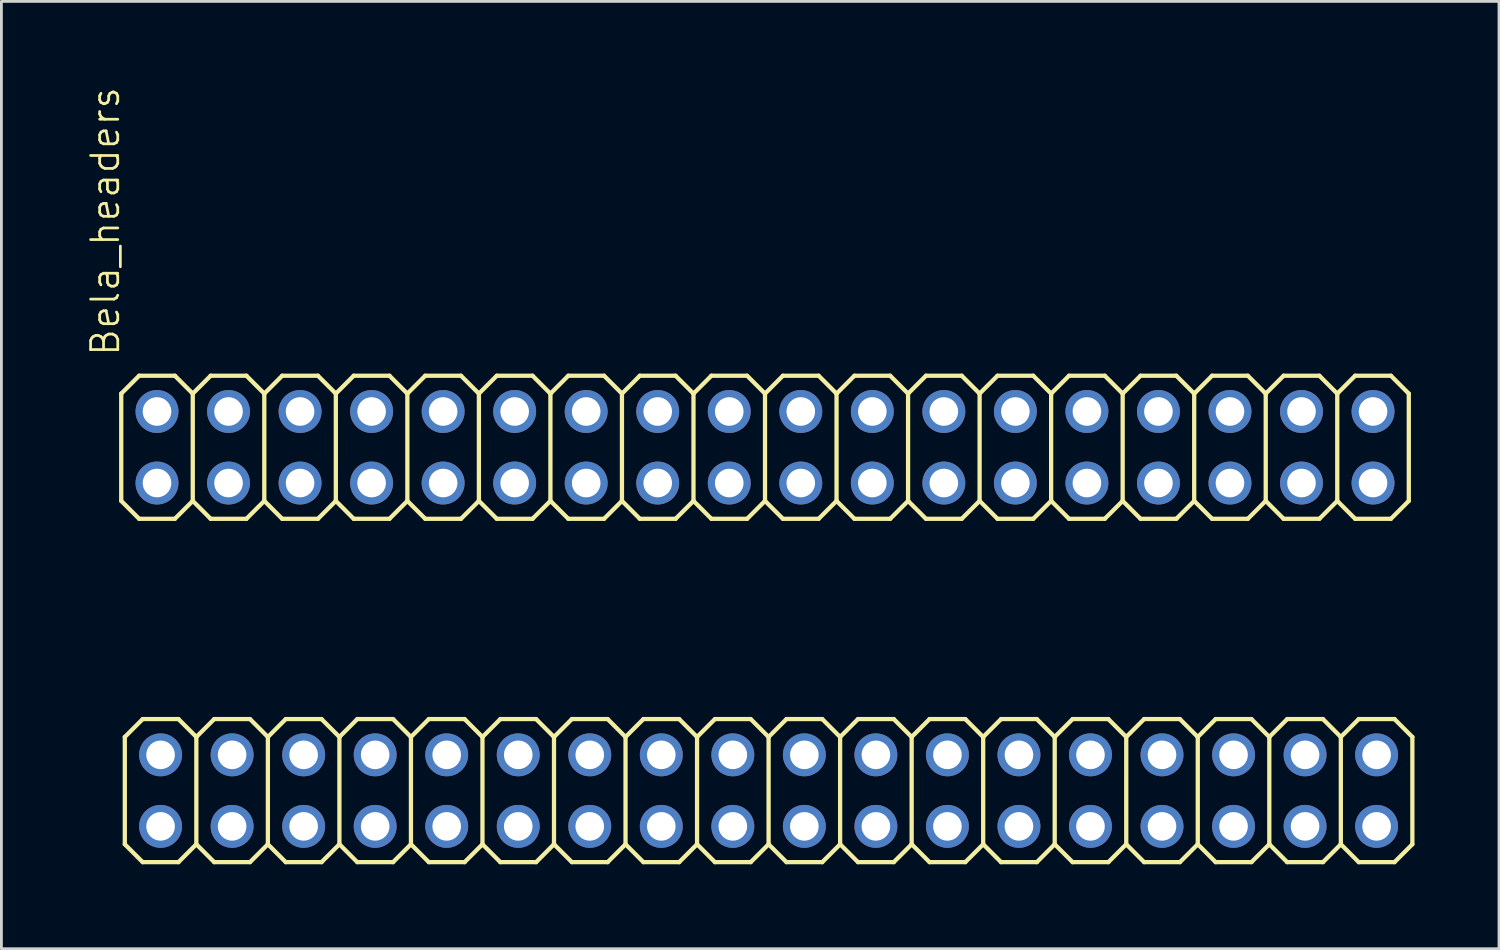
<source format=kicad_pcb>
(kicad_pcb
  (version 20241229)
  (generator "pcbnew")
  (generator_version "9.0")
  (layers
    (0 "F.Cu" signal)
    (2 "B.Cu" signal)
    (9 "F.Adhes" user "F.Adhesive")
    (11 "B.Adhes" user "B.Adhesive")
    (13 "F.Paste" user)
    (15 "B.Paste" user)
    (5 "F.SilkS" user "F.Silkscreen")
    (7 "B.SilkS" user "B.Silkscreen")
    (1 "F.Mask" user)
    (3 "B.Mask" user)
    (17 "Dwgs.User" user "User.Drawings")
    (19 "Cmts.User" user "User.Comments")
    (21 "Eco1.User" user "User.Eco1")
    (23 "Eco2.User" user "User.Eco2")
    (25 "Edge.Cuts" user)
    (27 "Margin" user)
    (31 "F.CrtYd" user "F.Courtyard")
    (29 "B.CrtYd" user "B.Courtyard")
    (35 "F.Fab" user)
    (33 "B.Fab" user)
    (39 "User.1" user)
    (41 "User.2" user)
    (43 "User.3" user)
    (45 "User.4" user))
  (footprint "Bela_headers"
    (layer "F.Cu")
    (at 24.115 12.832)
    (property "Reference" "Bela_headers" (at -22.86 -3.175 90) (layer "F.SilkS") (effects (font (size 0.965 0.965) (thickness 0.097)) (justify left bottom)))
    (attr through_hole)
    (fp_line (start -22.86 -1.905) (end -22.225 -2.54) (stroke (width 0.152) (type solid)) (layer "F.SilkS"))
    (fp_line (start -22.86 1.905) (end -22.86 -1.905) (stroke (width 0.152) (type solid)) (layer "F.SilkS"))
    (fp_line (start -22.86 1.905) (end -22.225 2.54) (stroke (width 0.152) (type solid)) (layer "F.SilkS"))
    (fp_line (start -22.733 10.287) (end -22.098 9.652) (stroke (width 0.152) (type solid)) (layer "F.SilkS"))
    (fp_line (start -22.733 14.097) (end -22.733 10.287) (stroke (width 0.152) (type solid)) (layer "F.SilkS"))
    (fp_line (start -22.733 14.097) (end -22.098 14.732) (stroke (width 0.152) (type solid)) (layer "F.SilkS"))
    (fp_line (start -22.225 -2.54) (end -20.955 -2.54) (stroke (width 0.152) (type solid)) (layer "F.SilkS"))
    (fp_line (start -22.225 2.54) (end -20.955 2.54) (stroke (width 0.152) (type solid)) (layer "F.SilkS"))
    (fp_line (start -22.098 9.652) (end -20.828 9.652) (stroke (width 0.152) (type solid)) (layer "F.SilkS"))
    (fp_line (start -22.098 14.732) (end -20.828 14.732) (stroke (width 0.152) (type solid)) (layer "F.SilkS"))
    (fp_line (start -20.955 -2.54) (end -20.32 -1.905) (stroke (width 0.152) (type solid)) (layer "F.SilkS"))
    (fp_line (start -20.955 2.54) (end -20.32 1.905) (stroke (width 0.152) (type solid)) (layer "F.SilkS"))
    (fp_line (start -20.828 9.652) (end -20.193 10.287) (stroke (width 0.152) (type solid)) (layer "F.SilkS"))
    (fp_line (start -20.828 14.732) (end -20.193 14.097) (stroke (width 0.152) (type solid)) (layer "F.SilkS"))
    (fp_line (start -20.32 -1.905) (end -20.32 1.905) (stroke (width 0.152) (type solid)) (layer "F.SilkS"))
    (fp_line (start -20.32 -1.905) (end -19.685 -2.54) (stroke (width 0.152) (type solid)) (layer "F.SilkS"))
    (fp_line (start -20.32 1.905) (end -19.685 2.54) (stroke (width 0.152) (type solid)) (layer "F.SilkS"))
    (fp_line (start -20.193 10.287) (end -20.193 14.097) (stroke (width 0.152) (type solid)) (layer "F.SilkS"))
    (fp_line (start -20.193 10.287) (end -19.558 9.652) (stroke (width 0.152) (type solid)) (layer "F.SilkS"))
    (fp_line (start -20.193 14.097) (end -19.558 14.732) (stroke (width 0.152) (type solid)) (layer "F.SilkS"))
    (fp_line (start -19.685 -2.54) (end -18.415 -2.54) (stroke (width 0.152) (type solid)) (layer "F.SilkS"))
    (fp_line (start -19.685 2.54) (end -18.415 2.54) (stroke (width 0.152) (type solid)) (layer "F.SilkS"))
    (fp_line (start -19.558 9.652) (end -18.288 9.652) (stroke (width 0.152) (type solid)) (layer "F.SilkS"))
    (fp_line (start -19.558 14.732) (end -18.288 14.732) (stroke (width 0.152) (type solid)) (layer "F.SilkS"))
    (fp_line (start -18.415 -2.54) (end -17.78 -1.905) (stroke (width 0.152) (type solid)) (layer "F.SilkS"))
    (fp_line (start -18.415 2.54) (end -17.78 1.905) (stroke (width 0.152) (type solid)) (layer "F.SilkS"))
    (fp_line (start -18.288 9.652) (end -17.653 10.287) (stroke (width 0.152) (type solid)) (layer "F.SilkS"))
    (fp_line (start -18.288 14.732) (end -17.653 14.097) (stroke (width 0.152) (type solid)) (layer "F.SilkS"))
    (fp_line (start -17.78 -1.905) (end -17.78 1.905) (stroke (width 0.152) (type solid)) (layer "F.SilkS"))
    (fp_line (start -17.78 -1.905) (end -17.145 -2.54) (stroke (width 0.152) (type solid)) (layer "F.SilkS"))
    (fp_line (start -17.78 1.905) (end -17.145 2.54) (stroke (width 0.152) (type solid)) (layer "F.SilkS"))
    (fp_line (start -17.653 10.287) (end -17.653 14.097) (stroke (width 0.152) (type solid)) (layer "F.SilkS"))
    (fp_line (start -17.653 10.287) (end -17.018 9.652) (stroke (width 0.152) (type solid)) (layer "F.SilkS"))
    (fp_line (start -17.653 14.097) (end -17.018 14.732) (stroke (width 0.152) (type solid)) (layer "F.SilkS"))
    (fp_line (start -17.145 -2.54) (end -15.875 -2.54) (stroke (width 0.152) (type solid)) (layer "F.SilkS"))
    (fp_line (start -17.145 2.54) (end -15.875 2.54) (stroke (width 0.152) (type solid)) (layer "F.SilkS"))
    (fp_line (start -17.018 9.652) (end -15.748 9.652) (stroke (width 0.152) (type solid)) (layer "F.SilkS"))
    (fp_line (start -17.018 14.732) (end -15.748 14.732) (stroke (width 0.152) (type solid)) (layer "F.SilkS"))
    (fp_line (start -15.875 -2.54) (end -15.24 -1.905) (stroke (width 0.152) (type solid)) (layer "F.SilkS"))
    (fp_line (start -15.875 2.54) (end -15.24 1.905) (stroke (width 0.152) (type solid)) (layer "F.SilkS"))
    (fp_line (start -15.748 9.652) (end -15.113 10.287) (stroke (width 0.152) (type solid)) (layer "F.SilkS"))
    (fp_line (start -15.748 14.732) (end -15.113 14.097) (stroke (width 0.152) (type solid)) (layer "F.SilkS"))
    (fp_line (start -15.24 -1.905) (end -15.24 1.905) (stroke (width 0.152) (type solid)) (layer "F.SilkS"))
    (fp_line (start -15.24 -1.905) (end -14.605 -2.54) (stroke (width 0.152) (type solid)) (layer "F.SilkS"))
    (fp_line (start -15.24 1.905) (end -14.605 2.54) (stroke (width 0.152) (type solid)) (layer "F.SilkS"))
    (fp_line (start -15.113 10.287) (end -15.113 14.097) (stroke (width 0.152) (type solid)) (layer "F.SilkS"))
    (fp_line (start -15.113 10.287) (end -14.478 9.652) (stroke (width 0.152) (type solid)) (layer "F.SilkS"))
    (fp_line (start -15.113 14.097) (end -14.478 14.732) (stroke (width 0.152) (type solid)) (layer "F.SilkS"))
    (fp_line (start -14.605 -2.54) (end -13.335 -2.54) (stroke (width 0.152) (type solid)) (layer "F.SilkS"))
    (fp_line (start -14.605 2.54) (end -13.335 2.54) (stroke (width 0.152) (type solid)) (layer "F.SilkS"))
    (fp_line (start -14.478 9.652) (end -13.208 9.652) (stroke (width 0.152) (type solid)) (layer "F.SilkS"))
    (fp_line (start -14.478 14.732) (end -13.208 14.732) (stroke (width 0.152) (type solid)) (layer "F.SilkS"))
    (fp_line (start -13.335 -2.54) (end -12.7 -1.905) (stroke (width 0.152) (type solid)) (layer "F.SilkS"))
    (fp_line (start -13.335 2.54) (end -12.7 1.905) (stroke (width 0.152) (type solid)) (layer "F.SilkS"))
    (fp_line (start -13.208 9.652) (end -12.573 10.287) (stroke (width 0.152) (type solid)) (layer "F.SilkS"))
    (fp_line (start -13.208 14.732) (end -12.573 14.097) (stroke (width 0.152) (type solid)) (layer "F.SilkS"))
    (fp_line (start -12.7 -1.905) (end -12.7 1.905) (stroke (width 0.152) (type solid)) (layer "F.SilkS"))
    (fp_line (start -12.7 -1.905) (end -12.065 -2.54) (stroke (width 0.152) (type solid)) (layer "F.SilkS"))
    (fp_line (start -12.7 1.905) (end -12.065 2.54) (stroke (width 0.152) (type solid)) (layer "F.SilkS"))
    (fp_line (start -12.573 10.287) (end -12.573 14.097) (stroke (width 0.152) (type solid)) (layer "F.SilkS"))
    (fp_line (start -12.573 10.287) (end -11.938 9.652) (stroke (width 0.152) (type solid)) (layer "F.SilkS"))
    (fp_line (start -12.573 14.097) (end -11.938 14.732) (stroke (width 0.152) (type solid)) (layer "F.SilkS"))
    (fp_line (start -12.065 -2.54) (end -10.795 -2.54) (stroke (width 0.152) (type solid)) (layer "F.SilkS"))
    (fp_line (start -12.065 2.54) (end -10.795 2.54) (stroke (width 0.152) (type solid)) (layer "F.SilkS"))
    (fp_line (start -11.938 9.652) (end -10.668 9.652) (stroke (width 0.152) (type solid)) (layer "F.SilkS"))
    (fp_line (start -11.938 14.732) (end -10.668 14.732) (stroke (width 0.152) (type solid)) (layer "F.SilkS"))
    (fp_line (start -10.795 -2.54) (end -10.16 -1.905) (stroke (width 0.152) (type solid)) (layer "F.SilkS"))
    (fp_line (start -10.795 2.54) (end -10.16 1.905) (stroke (width 0.152) (type solid)) (layer "F.SilkS"))
    (fp_line (start -10.668 9.652) (end -10.033 10.287) (stroke (width 0.152) (type solid)) (layer "F.SilkS"))
    (fp_line (start -10.668 14.732) (end -10.033 14.097) (stroke (width 0.152) (type solid)) (layer "F.SilkS"))
    (fp_line (start -10.16 -1.905) (end -10.16 1.905) (stroke (width 0.152) (type solid)) (layer "F.SilkS"))
    (fp_line (start -10.16 -1.905) (end -9.525 -2.54) (stroke (width 0.152) (type solid)) (layer "F.SilkS"))
    (fp_line (start -10.16 1.905) (end -9.525 2.54) (stroke (width 0.152) (type solid)) (layer "F.SilkS"))
    (fp_line (start -10.033 10.287) (end -10.033 14.097) (stroke (width 0.152) (type solid)) (layer "F.SilkS"))
    (fp_line (start -10.033 10.287) (end -9.398 9.652) (stroke (width 0.152) (type solid)) (layer "F.SilkS"))
    (fp_line (start -10.033 14.097) (end -9.398 14.732) (stroke (width 0.152) (type solid)) (layer "F.SilkS"))
    (fp_line (start -9.525 -2.54) (end -8.255 -2.54) (stroke (width 0.152) (type solid)) (layer "F.SilkS"))
    (fp_line (start -9.525 2.54) (end -8.255 2.54) (stroke (width 0.152) (type solid)) (layer "F.SilkS"))
    (fp_line (start -9.398 9.652) (end -8.128 9.652) (stroke (width 0.152) (type solid)) (layer "F.SilkS"))
    (fp_line (start -9.398 14.732) (end -8.128 14.732) (stroke (width 0.152) (type solid)) (layer "F.SilkS"))
    (fp_line (start -8.255 -2.54) (end -7.62 -1.905) (stroke (width 0.152) (type solid)) (layer "F.SilkS"))
    (fp_line (start -8.255 2.54) (end -7.62 1.905) (stroke (width 0.152) (type solid)) (layer "F.SilkS"))
    (fp_line (start -8.128 9.652) (end -7.493 10.287) (stroke (width 0.152) (type solid)) (layer "F.SilkS"))
    (fp_line (start -8.128 14.732) (end -7.493 14.097) (stroke (width 0.152) (type solid)) (layer "F.SilkS"))
    (fp_line (start -7.62 -1.905) (end -7.62 1.905) (stroke (width 0.152) (type solid)) (layer "F.SilkS"))
    (fp_line (start -7.62 -1.905) (end -6.985 -2.54) (stroke (width 0.152) (type solid)) (layer "F.SilkS"))
    (fp_line (start -7.62 1.905) (end -6.985 2.54) (stroke (width 0.152) (type solid)) (layer "F.SilkS"))
    (fp_line (start -7.493 10.287) (end -7.493 14.097) (stroke (width 0.152) (type solid)) (layer "F.SilkS"))
    (fp_line (start -7.493 10.287) (end -6.858 9.652) (stroke (width 0.152) (type solid)) (layer "F.SilkS"))
    (fp_line (start -7.493 14.097) (end -6.858 14.732) (stroke (width 0.152) (type solid)) (layer "F.SilkS"))
    (fp_line (start -6.985 -2.54) (end -5.715 -2.54) (stroke (width 0.152) (type solid)) (layer "F.SilkS"))
    (fp_line (start -6.858 9.652) (end -5.588 9.652) (stroke (width 0.152) (type solid)) (layer "F.SilkS"))
    (fp_line (start -5.715 -2.54) (end -5.08 -1.905) (stroke (width 0.152) (type solid)) (layer "F.SilkS"))
    (fp_line (start -5.715 2.54) (end -6.985 2.54) (stroke (width 0.152) (type solid)) (layer "F.SilkS"))
    (fp_line (start -5.588 9.652) (end -4.953 10.287) (stroke (width 0.152) (type solid)) (layer "F.SilkS"))
    (fp_line (start -5.588 14.732) (end -6.858 14.732) (stroke (width 0.152) (type solid)) (layer "F.SilkS"))
    (fp_line (start -5.08 -1.905) (end -5.08 1.905) (stroke (width 0.152) (type solid)) (layer "F.SilkS"))
    (fp_line (start -5.08 -1.905) (end -4.445 -2.54) (stroke (width 0.152) (type solid)) (layer "F.SilkS"))
    (fp_line (start -5.08 1.905) (end -5.715 2.54) (stroke (width 0.152) (type solid)) (layer "F.SilkS"))
    (fp_line (start -5.08 1.905) (end -4.445 2.54) (stroke (width 0.152) (type solid)) (layer "F.SilkS"))
    (fp_line (start -4.953 10.287) (end -4.953 14.097) (stroke (width 0.152) (type solid)) (layer "F.SilkS"))
    (fp_line (start -4.953 10.287) (end -4.318 9.652) (stroke (width 0.152) (type solid)) (layer "F.SilkS"))
    (fp_line (start -4.953 14.097) (end -5.588 14.732) (stroke (width 0.152) (type solid)) (layer "F.SilkS"))
    (fp_line (start -4.953 14.097) (end -4.318 14.732) (stroke (width 0.152) (type solid)) (layer "F.SilkS"))
    (fp_line (start -4.445 -2.54) (end -3.175 -2.54) (stroke (width 0.152) (type solid)) (layer "F.SilkS"))
    (fp_line (start -4.318 9.652) (end -3.048 9.652) (stroke (width 0.152) (type solid)) (layer "F.SilkS"))
    (fp_line (start -3.175 -2.54) (end -2.54 -1.905) (stroke (width 0.152) (type solid)) (layer "F.SilkS"))
    (fp_line (start -3.175 2.54) (end -4.445 2.54) (stroke (width 0.152) (type solid)) (layer "F.SilkS"))
    (fp_line (start -3.048 9.652) (end -2.413 10.287) (stroke (width 0.152) (type solid)) (layer "F.SilkS"))
    (fp_line (start -3.048 14.732) (end -4.318 14.732) (stroke (width 0.152) (type solid)) (layer "F.SilkS"))
    (fp_line (start -2.54 -1.905) (end -2.54 1.905) (stroke (width 0.152) (type solid)) (layer "F.SilkS"))
    (fp_line (start -2.54 -1.905) (end -1.905 -2.54) (stroke (width 0.152) (type solid)) (layer "F.SilkS"))
    (fp_line (start -2.54 1.905) (end -3.175 2.54) (stroke (width 0.152) (type solid)) (layer "F.SilkS"))
    (fp_line (start -2.54 1.905) (end -1.905 2.54) (stroke (width 0.152) (type solid)) (layer "F.SilkS"))
    (fp_line (start -2.413 10.287) (end -2.413 14.097) (stroke (width 0.152) (type solid)) (layer "F.SilkS"))
    (fp_line (start -2.413 10.287) (end -1.778 9.652) (stroke (width 0.152) (type solid)) (layer "F.SilkS"))
    (fp_line (start -2.413 14.097) (end -3.048 14.732) (stroke (width 0.152) (type solid)) (layer "F.SilkS"))
    (fp_line (start -2.413 14.097) (end -1.778 14.732) (stroke (width 0.152) (type solid)) (layer "F.SilkS"))
    (fp_line (start -1.905 -2.54) (end -0.635 -2.54) (stroke (width 0.152) (type solid)) (layer "F.SilkS"))
    (fp_line (start -1.778 9.652) (end -0.508 9.652) (stroke (width 0.152) (type solid)) (layer "F.SilkS"))
    (fp_line (start -0.635 -2.54) (end 0 -1.905) (stroke (width 0.152) (type solid)) (layer "F.SilkS"))
    (fp_line (start -0.635 2.54) (end -1.905 2.54) (stroke (width 0.152) (type solid)) (layer "F.SilkS"))
    (fp_line (start -0.508 9.652) (end 0.127 10.287) (stroke (width 0.152) (type solid)) (layer "F.SilkS"))
    (fp_line (start -0.508 14.732) (end -1.778 14.732) (stroke (width 0.152) (type solid)) (layer "F.SilkS"))
    (fp_line (start 0 -1.905) (end 0 1.905) (stroke (width 0.152) (type solid)) (layer "F.SilkS"))
    (fp_line (start 0 -1.905) (end 0.635 -2.54) (stroke (width 0.152) (type solid)) (layer "F.SilkS"))
    (fp_line (start 0 1.905) (end -0.635 2.54) (stroke (width 0.152) (type solid)) (layer "F.SilkS"))
    (fp_line (start 0 1.905) (end 0.635 2.54) (stroke (width 0.152) (type solid)) (layer "F.SilkS"))
    (fp_line (start 0.127 10.287) (end 0.127 14.097) (stroke (width 0.152) (type solid)) (layer "F.SilkS"))
    (fp_line (start 0.127 10.287) (end 0.762 9.652) (stroke (width 0.152) (type solid)) (layer "F.SilkS"))
    (fp_line (start 0.127 14.097) (end -0.508 14.732) (stroke (width 0.152) (type solid)) (layer "F.SilkS"))
    (fp_line (start 0.127 14.097) (end 0.762 14.732) (stroke (width 0.152) (type solid)) (layer "F.SilkS"))
    (fp_line (start 0.635 -2.54) (end 1.905 -2.54) (stroke (width 0.152) (type solid)) (layer "F.SilkS"))
    (fp_line (start 0.762 9.652) (end 2.032 9.652) (stroke (width 0.152) (type solid)) (layer "F.SilkS"))
    (fp_line (start 1.905 -2.54) (end 2.54 -1.905) (stroke (width 0.152) (type solid)) (layer "F.SilkS"))
    (fp_line (start 1.905 2.54) (end 0.635 2.54) (stroke (width 0.152) (type solid)) (layer "F.SilkS"))
    (fp_line (start 2.032 9.652) (end 2.667 10.287) (stroke (width 0.152) (type solid)) (layer "F.SilkS"))
    (fp_line (start 2.032 14.732) (end 0.762 14.732) (stroke (width 0.152) (type solid)) (layer "F.SilkS"))
    (fp_line (start 2.54 -1.905) (end 2.54 1.905) (stroke (width 0.152) (type solid)) (layer "F.SilkS"))
    (fp_line (start 2.54 -1.905) (end 3.175 -2.54) (stroke (width 0.152) (type solid)) (layer "F.SilkS"))
    (fp_line (start 2.54 1.905) (end 1.905 2.54) (stroke (width 0.152) (type solid)) (layer "F.SilkS"))
    (fp_line (start 2.54 1.905) (end 3.175 2.54) (stroke (width 0.152) (type solid)) (layer "F.SilkS"))
    (fp_line (start 2.667 10.287) (end 2.667 14.097) (stroke (width 0.152) (type solid)) (layer "F.SilkS"))
    (fp_line (start 2.667 10.287) (end 3.302 9.652) (stroke (width 0.152) (type solid)) (layer "F.SilkS"))
    (fp_line (start 2.667 14.097) (end 2.032 14.732) (stroke (width 0.152) (type solid)) (layer "F.SilkS"))
    (fp_line (start 2.667 14.097) (end 3.302 14.732) (stroke (width 0.152) (type solid)) (layer "F.SilkS"))
    (fp_line (start 3.175 -2.54) (end 4.445 -2.54) (stroke (width 0.152) (type solid)) (layer "F.SilkS"))
    (fp_line (start 3.302 9.652) (end 4.572 9.652) (stroke (width 0.152) (type solid)) (layer "F.SilkS"))
    (fp_line (start 4.445 -2.54) (end 5.08 -1.905) (stroke (width 0.152) (type solid)) (layer "F.SilkS"))
    (fp_line (start 4.445 2.54) (end 3.175 2.54) (stroke (width 0.152) (type solid)) (layer "F.SilkS"))
    (fp_line (start 4.572 9.652) (end 5.207 10.287) (stroke (width 0.152) (type solid)) (layer "F.SilkS"))
    (fp_line (start 4.572 14.732) (end 3.302 14.732) (stroke (width 0.152) (type solid)) (layer "F.SilkS"))
    (fp_line (start 5.08 -1.905) (end 5.08 1.905) (stroke (width 0.152) (type solid)) (layer "F.SilkS"))
    (fp_line (start 5.08 -1.905) (end 5.715 -2.54) (stroke (width 0.152) (type solid)) (layer "F.SilkS"))
    (fp_line (start 5.08 1.905) (end 4.445 2.54) (stroke (width 0.152) (type solid)) (layer "F.SilkS"))
    (fp_line (start 5.08 1.905) (end 5.715 2.54) (stroke (width 0.152) (type solid)) (layer "F.SilkS"))
    (fp_line (start 5.207 10.287) (end 5.207 14.097) (stroke (width 0.152) (type solid)) (layer "F.SilkS"))
    (fp_line (start 5.207 10.287) (end 5.842 9.652) (stroke (width 0.152) (type solid)) (layer "F.SilkS"))
    (fp_line (start 5.207 14.097) (end 4.572 14.732) (stroke (width 0.152) (type solid)) (layer "F.SilkS"))
    (fp_line (start 5.207 14.097) (end 5.842 14.732) (stroke (width 0.152) (type solid)) (layer "F.SilkS"))
    (fp_line (start 5.715 -2.54) (end 6.985 -2.54) (stroke (width 0.152) (type solid)) (layer "F.SilkS"))
    (fp_line (start 5.842 9.652) (end 7.112 9.652) (stroke (width 0.152) (type solid)) (layer "F.SilkS"))
    (fp_line (start 6.985 2.54) (end 5.715 2.54) (stroke (width 0.152) (type solid)) (layer "F.SilkS"))
    (fp_line (start 7.112 14.732) (end 5.842 14.732) (stroke (width 0.152) (type solid)) (layer "F.SilkS"))
    (fp_line (start 7.62 -1.905) (end 6.985 -2.54) (stroke (width 0.152) (type solid)) (layer "F.SilkS"))
    (fp_line (start 7.62 -1.905) (end 7.62 1.905) (stroke (width 0.152) (type solid)) (layer "F.SilkS"))
    (fp_line (start 7.62 -1.905) (end 8.255 -2.54) (stroke (width 0.152) (type solid)) (layer "F.SilkS"))
    (fp_line (start 7.62 1.905) (end 6.985 2.54) (stroke (width 0.152) (type solid)) (layer "F.SilkS"))
    (fp_line (start 7.62 1.905) (end 8.255 2.54) (stroke (width 0.152) (type solid)) (layer "F.SilkS"))
    (fp_line (start 7.747 10.287) (end 7.112 9.652) (stroke (width 0.152) (type solid)) (layer "F.SilkS"))
    (fp_line (start 7.747 10.287) (end 7.747 14.097) (stroke (width 0.152) (type solid)) (layer "F.SilkS"))
    (fp_line (start 7.747 10.287) (end 8.382 9.652) (stroke (width 0.152) (type solid)) (layer "F.SilkS"))
    (fp_line (start 7.747 14.097) (end 7.112 14.732) (stroke (width 0.152) (type solid)) (layer "F.SilkS"))
    (fp_line (start 7.747 14.097) (end 8.382 14.732) (stroke (width 0.152) (type solid)) (layer "F.SilkS"))
    (fp_line (start 9.525 -2.54) (end 8.255 -2.54) (stroke (width 0.152) (type solid)) (layer "F.SilkS"))
    (fp_line (start 9.525 -2.54) (end 10.16 -1.905) (stroke (width 0.152) (type solid)) (layer "F.SilkS"))
    (fp_line (start 9.525 2.54) (end 8.255 2.54) (stroke (width 0.152) (type solid)) (layer "F.SilkS"))
    (fp_line (start 9.652 9.652) (end 8.382 9.652) (stroke (width 0.152) (type solid)) (layer "F.SilkS"))
    (fp_line (start 9.652 9.652) (end 10.287 10.287) (stroke (width 0.152) (type solid)) (layer "F.SilkS"))
    (fp_line (start 9.652 14.732) (end 8.382 14.732) (stroke (width 0.152) (type solid)) (layer "F.SilkS"))
    (fp_line (start 10.16 -1.905) (end 10.16 1.905) (stroke (width 0.152) (type solid)) (layer "F.SilkS"))
    (fp_line (start 10.16 -1.905) (end 10.795 -2.54) (stroke (width 0.152) (type solid)) (layer "F.SilkS"))
    (fp_line (start 10.16 1.905) (end 9.525 2.54) (stroke (width 0.152) (type solid)) (layer "F.SilkS"))
    (fp_line (start 10.16 1.905) (end 10.795 2.54) (stroke (width 0.152) (type solid)) (layer "F.SilkS"))
    (fp_line (start 10.287 10.287) (end 10.287 14.097) (stroke (width 0.152) (type solid)) (layer "F.SilkS"))
    (fp_line (start 10.287 10.287) (end 10.922 9.652) (stroke (width 0.152) (type solid)) (layer "F.SilkS"))
    (fp_line (start 10.287 14.097) (end 9.652 14.732) (stroke (width 0.152) (type solid)) (layer "F.SilkS"))
    (fp_line (start 10.287 14.097) (end 10.922 14.732) (stroke (width 0.152) (type solid)) (layer "F.SilkS"))
    (fp_line (start 12.065 -2.54) (end 10.795 -2.54) (stroke (width 0.152) (type solid)) (layer "F.SilkS"))
    (fp_line (start 12.065 -2.54) (end 12.7 -1.905) (stroke (width 0.152) (type solid)) (layer "F.SilkS"))
    (fp_line (start 12.065 2.54) (end 10.795 2.54) (stroke (width 0.152) (type solid)) (layer "F.SilkS"))
    (fp_line (start 12.192 9.652) (end 10.922 9.652) (stroke (width 0.152) (type solid)) (layer "F.SilkS"))
    (fp_line (start 12.192 9.652) (end 12.827 10.287) (stroke (width 0.152) (type solid)) (layer "F.SilkS"))
    (fp_line (start 12.192 14.732) (end 10.922 14.732) (stroke (width 0.152) (type solid)) (layer "F.SilkS"))
    (fp_line (start 12.7 -1.905) (end 12.7 1.905) (stroke (width 0.152) (type solid)) (layer "F.SilkS"))
    (fp_line (start 12.7 -1.905) (end 13.335 -2.54) (stroke (width 0.152) (type solid)) (layer "F.SilkS"))
    (fp_line (start 12.7 1.905) (end 12.065 2.54) (stroke (width 0.152) (type solid)) (layer "F.SilkS"))
    (fp_line (start 12.827 10.287) (end 12.827 14.097) (stroke (width 0.152) (type solid)) (layer "F.SilkS"))
    (fp_line (start 12.827 10.287) (end 13.462 9.652) (stroke (width 0.152) (type solid)) (layer "F.SilkS"))
    (fp_line (start 12.827 14.097) (end 12.192 14.732) (stroke (width 0.152) (type solid)) (layer "F.SilkS"))
    (fp_line (start 13.335 2.54) (end 12.7 1.905) (stroke (width 0.152) (type solid)) (layer "F.SilkS"))
    (fp_line (start 13.335 2.54) (end 14.605 2.54) (stroke (width 0.152) (type solid)) (layer "F.SilkS"))
    (fp_line (start 13.462 14.732) (end 12.827 14.097) (stroke (width 0.152) (type solid)) (layer "F.SilkS"))
    (fp_line (start 13.462 14.732) (end 14.732 14.732) (stroke (width 0.152) (type solid)) (layer "F.SilkS"))
    (fp_line (start 14.605 -2.54) (end 13.335 -2.54) (stroke (width 0.152) (type solid)) (layer "F.SilkS"))
    (fp_line (start 14.605 -2.54) (end 15.24 -1.905) (stroke (width 0.152) (type solid)) (layer "F.SilkS"))
    (fp_line (start 14.732 9.652) (end 13.462 9.652) (stroke (width 0.152) (type solid)) (layer "F.SilkS"))
    (fp_line (start 14.732 9.652) (end 15.367 10.287) (stroke (width 0.152) (type solid)) (layer "F.SilkS"))
    (fp_line (start 15.24 -1.905) (end 15.24 1.905) (stroke (width 0.152) (type solid)) (layer "F.SilkS"))
    (fp_line (start 15.24 -1.905) (end 15.875 -2.54) (stroke (width 0.152) (type solid)) (layer "F.SilkS"))
    (fp_line (start 15.24 1.905) (end 14.605 2.54) (stroke (width 0.152) (type solid)) (layer "F.SilkS"))
    (fp_line (start 15.367 10.287) (end 15.367 14.097) (stroke (width 0.152) (type solid)) (layer "F.SilkS"))
    (fp_line (start 15.367 10.287) (end 16.002 9.652) (stroke (width 0.152) (type solid)) (layer "F.SilkS"))
    (fp_line (start 15.367 14.097) (end 14.732 14.732) (stroke (width 0.152) (type solid)) (layer "F.SilkS"))
    (fp_line (start 15.875 2.54) (end 15.24 1.905) (stroke (width 0.152) (type solid)) (layer "F.SilkS"))
    (fp_line (start 15.875 2.54) (end 17.145 2.54) (stroke (width 0.152) (type solid)) (layer "F.SilkS"))
    (fp_line (start 16.002 14.732) (end 15.367 14.097) (stroke (width 0.152) (type solid)) (layer "F.SilkS"))
    (fp_line (start 16.002 14.732) (end 17.272 14.732) (stroke (width 0.152) (type solid)) (layer "F.SilkS"))
    (fp_line (start 17.145 -2.54) (end 15.875 -2.54) (stroke (width 0.152) (type solid)) (layer "F.SilkS"))
    (fp_line (start 17.145 -2.54) (end 17.78 -1.905) (stroke (width 0.152) (type solid)) (layer "F.SilkS"))
    (fp_line (start 17.272 9.652) (end 16.002 9.652) (stroke (width 0.152) (type solid)) (layer "F.SilkS"))
    (fp_line (start 17.272 9.652) (end 17.907 10.287) (stroke (width 0.152) (type solid)) (layer "F.SilkS"))
    (fp_line (start 17.78 -1.905) (end 17.78 1.905) (stroke (width 0.152) (type solid)) (layer "F.SilkS"))
    (fp_line (start 17.78 -1.905) (end 18.415 -2.54) (stroke (width 0.152) (type solid)) (layer "F.SilkS"))
    (fp_line (start 17.78 1.905) (end 17.145 2.54) (stroke (width 0.152) (type solid)) (layer "F.SilkS"))
    (fp_line (start 17.78 1.905) (end 18.415 2.54) (stroke (width 0.152) (type solid)) (layer "F.SilkS"))
    (fp_line (start 17.907 10.287) (end 17.907 14.097) (stroke (width 0.152) (type solid)) (layer "F.SilkS"))
    (fp_line (start 17.907 10.287) (end 18.542 9.652) (stroke (width 0.152) (type solid)) (layer "F.SilkS"))
    (fp_line (start 17.907 14.097) (end 17.272 14.732) (stroke (width 0.152) (type solid)) (layer "F.SilkS"))
    (fp_line (start 17.907 14.097) (end 18.542 14.732) (stroke (width 0.152) (type solid)) (layer "F.SilkS"))
    (fp_line (start 19.685 -2.54) (end 18.415 -2.54) (stroke (width 0.152) (type solid)) (layer "F.SilkS"))
    (fp_line (start 19.685 -2.54) (end 20.32 -1.905) (stroke (width 0.152) (type solid)) (layer "F.SilkS"))
    (fp_line (start 19.685 2.54) (end 18.415 2.54) (stroke (width 0.152) (type solid)) (layer "F.SilkS"))
    (fp_line (start 19.812 9.652) (end 18.542 9.652) (stroke (width 0.152) (type solid)) (layer "F.SilkS"))
    (fp_line (start 19.812 9.652) (end 20.447 10.287) (stroke (width 0.152) (type solid)) (layer "F.SilkS"))
    (fp_line (start 19.812 14.732) (end 18.542 14.732) (stroke (width 0.152) (type solid)) (layer "F.SilkS"))
    (fp_line (start 20.32 -1.905) (end 20.32 1.905) (stroke (width 0.152) (type solid)) (layer "F.SilkS"))
    (fp_line (start 20.32 -1.905) (end 20.955 -2.54) (stroke (width 0.152) (type solid)) (layer "F.SilkS"))
    (fp_line (start 20.32 1.905) (end 19.685 2.54) (stroke (width 0.152) (type solid)) (layer "F.SilkS"))
    (fp_line (start 20.32 1.905) (end 20.955 2.54) (stroke (width 0.152) (type solid)) (layer "F.SilkS"))
    (fp_line (start 20.447 10.287) (end 20.447 14.097) (stroke (width 0.152) (type solid)) (layer "F.SilkS"))
    (fp_line (start 20.447 10.287) (end 21.082 9.652) (stroke (width 0.152) (type solid)) (layer "F.SilkS"))
    (fp_line (start 20.447 14.097) (end 19.812 14.732) (stroke (width 0.152) (type solid)) (layer "F.SilkS"))
    (fp_line (start 20.447 14.097) (end 21.082 14.732) (stroke (width 0.152) (type solid)) (layer "F.SilkS"))
    (fp_line (start 22.225 -2.54) (end 20.955 -2.54) (stroke (width 0.152) (type solid)) (layer "F.SilkS"))
    (fp_line (start 22.225 -2.54) (end 22.86 -1.905) (stroke (width 0.152) (type solid)) (layer "F.SilkS"))
    (fp_line (start 22.225 2.54) (end 20.955 2.54) (stroke (width 0.152) (type solid)) (layer "F.SilkS"))
    (fp_line (start 22.352 9.652) (end 21.082 9.652) (stroke (width 0.152) (type solid)) (layer "F.SilkS"))
    (fp_line (start 22.352 9.652) (end 22.987 10.287) (stroke (width 0.152) (type solid)) (layer "F.SilkS"))
    (fp_line (start 22.352 14.732) (end 21.082 14.732) (stroke (width 0.152) (type solid)) (layer "F.SilkS"))
    (fp_line (start 22.86 -1.905) (end 22.86 1.905) (stroke (width 0.152) (type solid)) (layer "F.SilkS"))
    (fp_line (start 22.86 1.905) (end 22.225 2.54) (stroke (width 0.152) (type solid)) (layer "F.SilkS"))
    (fp_line (start 22.987 10.287) (end 22.987 14.097) (stroke (width 0.152) (type solid)) (layer "F.SilkS"))
    (fp_line (start 22.987 14.097) (end 22.352 14.732) (stroke (width 0.152) (type solid)) (layer "F.SilkS"))
    (fp_poly (pts (xy -21.844 -1.016) (xy -21.336 -1.016) (xy -21.336 -1.524) (xy -21.844 -1.524)) (stroke (width 0.1) (type solid)) (fill no) (layer "F.Fab"))
    (fp_poly (pts (xy -21.844 1.524) (xy -21.336 1.524) (xy -21.336 1.016) (xy -21.844 1.016)) (stroke (width 0.1) (type solid)) (fill no) (layer "F.Fab"))
    (fp_poly (pts (xy -21.717 11.176) (xy -21.209 11.176) (xy -21.209 10.668) (xy -21.717 10.668)) (stroke (width 0.1) (type solid)) (fill no) (layer "F.Fab"))
    (fp_poly (pts (xy -21.717 13.716) (xy -21.209 13.716) (xy -21.209 13.208) (xy -21.717 13.208)) (stroke (width 0.1) (type solid)) (fill no) (layer "F.Fab"))
    (fp_poly (pts (xy -19.304 -1.016) (xy -18.796 -1.016) (xy -18.796 -1.524) (xy -19.304 -1.524)) (stroke (width 0.1) (type solid)) (fill no) (layer "F.Fab"))
    (fp_poly (pts (xy -19.304 1.524) (xy -18.796 1.524) (xy -18.796 1.016) (xy -19.304 1.016)) (stroke (width 0.1) (type solid)) (fill no) (layer "F.Fab"))
    (fp_poly (pts (xy -19.177 11.176) (xy -18.669 11.176) (xy -18.669 10.668) (xy -19.177 10.668)) (stroke (width 0.1) (type solid)) (fill no) (layer "F.Fab"))
    (fp_poly (pts (xy -19.177 13.716) (xy -18.669 13.716) (xy -18.669 13.208) (xy -19.177 13.208)) (stroke (width 0.1) (type solid)) (fill no) (layer "F.Fab"))
    (fp_poly (pts (xy -16.764 -1.016) (xy -16.256 -1.016) (xy -16.256 -1.524) (xy -16.764 -1.524)) (stroke (width 0.1) (type solid)) (fill no) (layer "F.Fab"))
    (fp_poly (pts (xy -16.764 1.524) (xy -16.256 1.524) (xy -16.256 1.016) (xy -16.764 1.016)) (stroke (width 0.1) (type solid)) (fill no) (layer "F.Fab"))
    (fp_poly (pts (xy -16.637 11.176) (xy -16.129 11.176) (xy -16.129 10.668) (xy -16.637 10.668)) (stroke (width 0.1) (type solid)) (fill no) (layer "F.Fab"))
    (fp_poly (pts (xy -16.637 13.716) (xy -16.129 13.716) (xy -16.129 13.208) (xy -16.637 13.208)) (stroke (width 0.1) (type solid)) (fill no) (layer "F.Fab"))
    (fp_poly (pts (xy -14.224 -1.016) (xy -13.716 -1.016) (xy -13.716 -1.524) (xy -14.224 -1.524)) (stroke (width 0.1) (type solid)) (fill no) (layer "F.Fab"))
    (fp_poly (pts (xy -14.224 1.524) (xy -13.716 1.524) (xy -13.716 1.016) (xy -14.224 1.016)) (stroke (width 0.1) (type solid)) (fill no) (layer "F.Fab"))
    (fp_poly (pts (xy -14.097 11.176) (xy -13.589 11.176) (xy -13.589 10.668) (xy -14.097 10.668)) (stroke (width 0.1) (type solid)) (fill no) (layer "F.Fab"))
    (fp_poly (pts (xy -14.097 13.716) (xy -13.589 13.716) (xy -13.589 13.208) (xy -14.097 13.208)) (stroke (width 0.1) (type solid)) (fill no) (layer "F.Fab"))
    (fp_poly (pts (xy -11.684 -1.016) (xy -11.176 -1.016) (xy -11.176 -1.524) (xy -11.684 -1.524)) (stroke (width 0.1) (type solid)) (fill no) (layer "F.Fab"))
    (fp_poly (pts (xy -11.684 1.524) (xy -11.176 1.524) (xy -11.176 1.016) (xy -11.684 1.016)) (stroke (width 0.1) (type solid)) (fill no) (layer "F.Fab"))
    (fp_poly (pts (xy -11.557 11.176) (xy -11.049 11.176) (xy -11.049 10.668) (xy -11.557 10.668)) (stroke (width 0.1) (type solid)) (fill no) (layer "F.Fab"))
    (fp_poly (pts (xy -11.557 13.716) (xy -11.049 13.716) (xy -11.049 13.208) (xy -11.557 13.208)) (stroke (width 0.1) (type solid)) (fill no) (layer "F.Fab"))
    (fp_poly (pts (xy -9.144 -1.016) (xy -8.636 -1.016) (xy -8.636 -1.524) (xy -9.144 -1.524)) (stroke (width 0.1) (type solid)) (fill no) (layer "F.Fab"))
    (fp_poly (pts (xy -9.144 1.524) (xy -8.636 1.524) (xy -8.636 1.016) (xy -9.144 1.016)) (stroke (width 0.1) (type solid)) (fill no) (layer "F.Fab"))
    (fp_poly (pts (xy -9.017 11.176) (xy -8.509 11.176) (xy -8.509 10.668) (xy -9.017 10.668)) (stroke (width 0.1) (type solid)) (fill no) (layer "F.Fab"))
    (fp_poly (pts (xy -9.017 13.716) (xy -8.509 13.716) (xy -8.509 13.208) (xy -9.017 13.208)) (stroke (width 0.1) (type solid)) (fill no) (layer "F.Fab"))
    (fp_poly (pts (xy -6.604 -1.016) (xy -6.096 -1.016) (xy -6.096 -1.524) (xy -6.604 -1.524)) (stroke (width 0.1) (type solid)) (fill no) (layer "F.Fab"))
    (fp_poly (pts (xy -6.604 1.524) (xy -6.096 1.524) (xy -6.096 1.016) (xy -6.604 1.016)) (stroke (width 0.1) (type solid)) (fill no) (layer "F.Fab"))
    (fp_poly (pts (xy -6.477 11.176) (xy -5.969 11.176) (xy -5.969 10.668) (xy -6.477 10.668)) (stroke (width 0.1) (type solid)) (fill no) (layer "F.Fab"))
    (fp_poly (pts (xy -6.477 13.716) (xy -5.969 13.716) (xy -5.969 13.208) (xy -6.477 13.208)) (stroke (width 0.1) (type solid)) (fill no) (layer "F.Fab"))
    (fp_poly (pts (xy -4.064 -1.016) (xy -3.556 -1.016) (xy -3.556 -1.524) (xy -4.064 -1.524)) (stroke (width 0.1) (type solid)) (fill no) (layer "F.Fab"))
    (fp_poly (pts (xy -4.064 1.524) (xy -3.556 1.524) (xy -3.556 1.016) (xy -4.064 1.016)) (stroke (width 0.1) (type solid)) (fill no) (layer "F.Fab"))
    (fp_poly (pts (xy -3.937 11.176) (xy -3.429 11.176) (xy -3.429 10.668) (xy -3.937 10.668)) (stroke (width 0.1) (type solid)) (fill no) (layer "F.Fab"))
    (fp_poly (pts (xy -3.937 13.716) (xy -3.429 13.716) (xy -3.429 13.208) (xy -3.937 13.208)) (stroke (width 0.1) (type solid)) (fill no) (layer "F.Fab"))
    (fp_poly (pts (xy -1.524 -1.016) (xy -1.016 -1.016) (xy -1.016 -1.524) (xy -1.524 -1.524)) (stroke (width 0.1) (type solid)) (fill no) (layer "F.Fab"))
    (fp_poly (pts (xy -1.524 1.524) (xy -1.016 1.524) (xy -1.016 1.016) (xy -1.524 1.016)) (stroke (width 0.1) (type solid)) (fill no) (layer "F.Fab"))
    (fp_poly (pts (xy -1.397 11.176) (xy -0.889 11.176) (xy -0.889 10.668) (xy -1.397 10.668)) (stroke (width 0.1) (type solid)) (fill no) (layer "F.Fab"))
    (fp_poly (pts (xy -1.397 13.716) (xy -0.889 13.716) (xy -0.889 13.208) (xy -1.397 13.208)) (stroke (width 0.1) (type solid)) (fill no) (layer "F.Fab"))
    (fp_poly (pts (xy 1.016 -1.016) (xy 1.524 -1.016) (xy 1.524 -1.524) (xy 1.016 -1.524)) (stroke (width 0.1) (type solid)) (fill no) (layer "F.Fab"))
    (fp_poly (pts (xy 1.016 1.524) (xy 1.524 1.524) (xy 1.524 1.016) (xy 1.016 1.016)) (stroke (width 0.1) (type solid)) (fill no) (layer "F.Fab"))
    (fp_poly (pts (xy 1.143 11.176) (xy 1.651 11.176) (xy 1.651 10.668) (xy 1.143 10.668)) (stroke (width 0.1) (type solid)) (fill no) (layer "F.Fab"))
    (fp_poly (pts (xy 1.143 13.716) (xy 1.651 13.716) (xy 1.651 13.208) (xy 1.143 13.208)) (stroke (width 0.1) (type solid)) (fill no) (layer "F.Fab"))
    (fp_poly (pts (xy 3.556 -1.016) (xy 4.064 -1.016) (xy 4.064 -1.524) (xy 3.556 -1.524)) (stroke (width 0.1) (type solid)) (fill no) (layer "F.Fab"))
    (fp_poly (pts (xy 3.556 1.524) (xy 4.064 1.524) (xy 4.064 1.016) (xy 3.556 1.016)) (stroke (width 0.1) (type solid)) (fill no) (layer "F.Fab"))
    (fp_poly (pts (xy 3.683 11.176) (xy 4.191 11.176) (xy 4.191 10.668) (xy 3.683 10.668)) (stroke (width 0.1) (type solid)) (fill no) (layer "F.Fab"))
    (fp_poly (pts (xy 3.683 13.716) (xy 4.191 13.716) (xy 4.191 13.208) (xy 3.683 13.208)) (stroke (width 0.1) (type solid)) (fill no) (layer "F.Fab"))
    (fp_poly (pts (xy 6.096 -1.016) (xy 6.604 -1.016) (xy 6.604 -1.524) (xy 6.096 -1.524)) (stroke (width 0.1) (type solid)) (fill no) (layer "F.Fab"))
    (fp_poly (pts (xy 6.096 1.524) (xy 6.604 1.524) (xy 6.604 1.016) (xy 6.096 1.016)) (stroke (width 0.1) (type solid)) (fill no) (layer "F.Fab"))
    (fp_poly (pts (xy 6.223 11.176) (xy 6.731 11.176) (xy 6.731 10.668) (xy 6.223 10.668)) (stroke (width 0.1) (type solid)) (fill no) (layer "F.Fab"))
    (fp_poly (pts (xy 6.223 13.716) (xy 6.731 13.716) (xy 6.731 13.208) (xy 6.223 13.208)) (stroke (width 0.1) (type solid)) (fill no) (layer "F.Fab"))
    (fp_poly (pts (xy 8.636 -1.016) (xy 9.144 -1.016) (xy 9.144 -1.524) (xy 8.636 -1.524)) (stroke (width 0.1) (type solid)) (fill no) (layer "F.Fab"))
    (fp_poly (pts (xy 8.636 1.524) (xy 9.144 1.524) (xy 9.144 1.016) (xy 8.636 1.016)) (stroke (width 0.1) (type solid)) (fill no) (layer "F.Fab"))
    (fp_poly (pts (xy 8.763 11.176) (xy 9.271 11.176) (xy 9.271 10.668) (xy 8.763 10.668)) (stroke (width 0.1) (type solid)) (fill no) (layer "F.Fab"))
    (fp_poly (pts (xy 8.763 13.716) (xy 9.271 13.716) (xy 9.271 13.208) (xy 8.763 13.208)) (stroke (width 0.1) (type solid)) (fill no) (layer "F.Fab"))
    (fp_poly (pts (xy 11.176 -1.016) (xy 11.684 -1.016) (xy 11.684 -1.524) (xy 11.176 -1.524)) (stroke (width 0.1) (type solid)) (fill no) (layer "F.Fab"))
    (fp_poly (pts (xy 11.176 1.524) (xy 11.684 1.524) (xy 11.684 1.016) (xy 11.176 1.016)) (stroke (width 0.1) (type solid)) (fill no) (layer "F.Fab"))
    (fp_poly (pts (xy 11.303 11.176) (xy 11.811 11.176) (xy 11.811 10.668) (xy 11.303 10.668)) (stroke (width 0.1) (type solid)) (fill no) (layer "F.Fab"))
    (fp_poly (pts (xy 11.303 13.716) (xy 11.811 13.716) (xy 11.811 13.208) (xy 11.303 13.208)) (stroke (width 0.1) (type solid)) (fill no) (layer "F.Fab"))
    (fp_poly (pts (xy 13.716 -1.016) (xy 14.224 -1.016) (xy 14.224 -1.524) (xy 13.716 -1.524)) (stroke (width 0.1) (type solid)) (fill no) (layer "F.Fab"))
    (fp_poly (pts (xy 13.716 1.524) (xy 14.224 1.524) (xy 14.224 1.016) (xy 13.716 1.016)) (stroke (width 0.1) (type solid)) (fill no) (layer "F.Fab"))
    (fp_poly (pts (xy 13.843 11.176) (xy 14.351 11.176) (xy 14.351 10.668) (xy 13.843 10.668)) (stroke (width 0.1) (type solid)) (fill no) (layer "F.Fab"))
    (fp_poly (pts (xy 13.843 13.716) (xy 14.351 13.716) (xy 14.351 13.208) (xy 13.843 13.208)) (stroke (width 0.1) (type solid)) (fill no) (layer "F.Fab"))
    (fp_poly (pts (xy 16.256 -1.016) (xy 16.764 -1.016) (xy 16.764 -1.524) (xy 16.256 -1.524)) (stroke (width 0.1) (type solid)) (fill no) (layer "F.Fab"))
    (fp_poly (pts (xy 16.256 1.524) (xy 16.764 1.524) (xy 16.764 1.016) (xy 16.256 1.016)) (stroke (width 0.1) (type solid)) (fill no) (layer "F.Fab"))
    (fp_poly (pts (xy 16.383 11.176) (xy 16.891 11.176) (xy 16.891 10.668) (xy 16.383 10.668)) (stroke (width 0.1) (type solid)) (fill no) (layer "F.Fab"))
    (fp_poly (pts (xy 16.383 13.716) (xy 16.891 13.716) (xy 16.891 13.208) (xy 16.383 13.208)) (stroke (width 0.1) (type solid)) (fill no) (layer "F.Fab"))
    (fp_poly (pts (xy 18.796 -1.016) (xy 19.304 -1.016) (xy 19.304 -1.524) (xy 18.796 -1.524)) (stroke (width 0.1) (type solid)) (fill no) (layer "F.Fab"))
    (fp_poly (pts (xy 18.796 1.524) (xy 19.304 1.524) (xy 19.304 1.016) (xy 18.796 1.016)) (stroke (width 0.1) (type solid)) (fill no) (layer "F.Fab"))
    (fp_poly (pts (xy 18.923 11.176) (xy 19.431 11.176) (xy 19.431 10.668) (xy 18.923 10.668)) (stroke (width 0.1) (type solid)) (fill no) (layer "F.Fab"))
    (fp_poly (pts (xy 18.923 13.716) (xy 19.431 13.716) (xy 19.431 13.208) (xy 18.923 13.208)) (stroke (width 0.1) (type solid)) (fill no) (layer "F.Fab"))
    (fp_poly (pts (xy 21.336 -1.016) (xy 21.844 -1.016) (xy 21.844 -1.524) (xy 21.336 -1.524)) (stroke (width 0.1) (type solid)) (fill no) (layer "F.Fab"))
    (fp_poly (pts (xy 21.336 1.524) (xy 21.844 1.524) (xy 21.844 1.016) (xy 21.336 1.016)) (stroke (width 0.1) (type solid)) (fill no) (layer "F.Fab"))
    (fp_poly (pts (xy 21.463 11.176) (xy 21.971 11.176) (xy 21.971 10.668) (xy 21.463 10.668)) (stroke (width 0.1) (type solid)) (fill no) (layer "F.Fab"))
    (fp_poly (pts (xy 21.463 13.716) (xy 21.971 13.716) (xy 21.971 13.208) (xy 21.463 13.208)) (stroke (width 0.1) (type solid)) (fill no) (layer "F.Fab"))
    (pad "1" thru_hole circle (at -21.59 1.27) (size 1.524 1.524) (drill 1.016) (layers "*.Cu" "*.Mask"))
    (pad "1" thru_hole circle (at -21.463 13.462) (size 1.524 1.524) (drill 1.016) (layers "*.Cu" "*.Mask"))
    (pad "2" thru_hole circle (at -21.59 -1.27) (size 1.524 1.524) (drill 1.016) (layers "*.Cu" "*.Mask"))
    (pad "2" thru_hole circle (at -21.463 10.922) (size 1.524 1.524) (drill 1.016) (layers "*.Cu" "*.Mask"))
    (pad "3" thru_hole circle (at -19.05 1.27) (size 1.524 1.524) (drill 1.016) (layers "*.Cu" "*.Mask"))
    (pad "3" thru_hole circle (at -18.923 13.462) (size 1.524 1.524) (drill 1.016) (layers "*.Cu" "*.Mask"))
    (pad "4" thru_hole circle (at -19.05 -1.27) (size 1.524 1.524) (drill 1.016) (layers "*.Cu" "*.Mask"))
    (pad "4" thru_hole circle (at -18.923 10.922) (size 1.524 1.524) (drill 1.016) (layers "*.Cu" "*.Mask"))
    (pad "5" thru_hole circle (at -16.51 1.27) (size 1.524 1.524) (drill 1.016) (layers "*.Cu" "*.Mask"))
    (pad "5" thru_hole circle (at -16.383 13.462) (size 1.524 1.524) (drill 1.016) (layers "*.Cu" "*.Mask"))
    (pad "6" thru_hole circle (at -16.51 -1.27) (size 1.524 1.524) (drill 1.016) (layers "*.Cu" "*.Mask"))
    (pad "6" thru_hole circle (at -16.383 10.922) (size 1.524 1.524) (drill 1.016) (layers "*.Cu" "*.Mask"))
    (pad "7" thru_hole circle (at -13.97 1.27) (size 1.524 1.524) (drill 1.016) (layers "*.Cu" "*.Mask"))
    (pad "7" thru_hole circle (at -13.843 13.462) (size 1.524 1.524) (drill 1.016) (layers "*.Cu" "*.Mask"))
    (pad "8" thru_hole circle (at -13.97 -1.27) (size 1.524 1.524) (drill 1.016) (layers "*.Cu" "*.Mask"))
    (pad "8" thru_hole circle (at -13.843 10.922) (size 1.524 1.524) (drill 1.016) (layers "*.Cu" "*.Mask"))
    (pad "9" thru_hole circle (at -11.43 1.27) (size 1.524 1.524) (drill 1.016) (layers "*.Cu" "*.Mask"))
    (pad "9" thru_hole circle (at -11.303 13.462) (size 1.524 1.524) (drill 1.016) (layers "*.Cu" "*.Mask"))
    (pad "10" thru_hole circle (at -11.43 -1.27) (size 1.524 1.524) (drill 1.016) (layers "*.Cu" "*.Mask"))
    (pad "10" thru_hole circle (at -11.303 10.922) (size 1.524 1.524) (drill 1.016) (layers "*.Cu" "*.Mask"))
    (pad "11" thru_hole circle (at -8.89 1.27) (size 1.524 1.524) (drill 1.016) (layers "*.Cu" "*.Mask"))
    (pad "11" thru_hole circle (at -8.763 13.462) (size 1.524 1.524) (drill 1.016) (layers "*.Cu" "*.Mask"))
    (pad "12" thru_hole circle (at -8.89 -1.27) (size 1.524 1.524) (drill 1.016) (layers "*.Cu" "*.Mask"))
    (pad "12" thru_hole circle (at -8.763 10.922) (size 1.524 1.524) (drill 1.016) (layers "*.Cu" "*.Mask"))
    (pad "13" thru_hole circle (at -6.35 1.27) (size 1.524 1.524) (drill 1.016) (layers "*.Cu" "*.Mask"))
    (pad "13" thru_hole circle (at -6.223 13.462) (size 1.524 1.524) (drill 1.016) (layers "*.Cu" "*.Mask"))
    (pad "14" thru_hole circle (at -6.35 -1.27) (size 1.524 1.524) (drill 1.016) (layers "*.Cu" "*.Mask"))
    (pad "14" thru_hole circle (at -6.223 10.922) (size 1.524 1.524) (drill 1.016) (layers "*.Cu" "*.Mask"))
    (pad "15" thru_hole circle (at -3.81 1.27) (size 1.524 1.524) (drill 1.016) (layers "*.Cu" "*.Mask"))
    (pad "15" thru_hole circle (at -3.683 13.462) (size 1.524 1.524) (drill 1.016) (layers "*.Cu" "*.Mask"))
    (pad "16" thru_hole circle (at -3.81 -1.27) (size 1.524 1.524) (drill 1.016) (layers "*.Cu" "*.Mask"))
    (pad "16" thru_hole circle (at -3.683 10.922) (size 1.524 1.524) (drill 1.016) (layers "*.Cu" "*.Mask"))
    (pad "17" thru_hole circle (at -1.27 1.27) (size 1.524 1.524) (drill 1.016) (layers "*.Cu" "*.Mask"))
    (pad "17" thru_hole circle (at -1.143 13.462) (size 1.524 1.524) (drill 1.016) (layers "*.Cu" "*.Mask"))
    (pad "18" thru_hole circle (at -1.27 -1.27) (size 1.524 1.524) (drill 1.016) (layers "*.Cu" "*.Mask"))
    (pad "18" thru_hole circle (at -1.143 10.922) (size 1.524 1.524) (drill 1.016) (layers "*.Cu" "*.Mask"))
    (pad "19" thru_hole circle (at 1.27 1.27) (size 1.524 1.524) (drill 1.016) (layers "*.Cu" "*.Mask"))
    (pad "19" thru_hole circle (at 1.397 13.462) (size 1.524 1.524) (drill 1.016) (layers "*.Cu" "*.Mask"))
    (pad "20" thru_hole circle (at 1.27 -1.27) (size 1.524 1.524) (drill 1.016) (layers "*.Cu" "*.Mask"))
    (pad "20" thru_hole circle (at 1.397 10.922) (size 1.524 1.524) (drill 1.016) (layers "*.Cu" "*.Mask"))
    (pad "21" thru_hole circle (at 3.81 1.27) (size 1.524 1.524) (drill 1.016) (layers "*.Cu" "*.Mask"))
    (pad "21" thru_hole circle (at 3.937 13.462) (size 1.524 1.524) (drill 1.016) (layers "*.Cu" "*.Mask"))
    (pad "22" thru_hole circle (at 3.81 -1.27) (size 1.524 1.524) (drill 1.016) (layers "*.Cu" "*.Mask"))
    (pad "22" thru_hole circle (at 3.937 10.922) (size 1.524 1.524) (drill 1.016) (layers "*.Cu" "*.Mask"))
    (pad "23" thru_hole circle (at 6.35 1.27) (size 1.524 1.524) (drill 1.016) (layers "*.Cu" "*.Mask"))
    (pad "23" thru_hole circle (at 6.477 13.462) (size 1.524 1.524) (drill 1.016) (layers "*.Cu" "*.Mask"))
    (pad "24" thru_hole circle (at 6.35 -1.27) (size 1.524 1.524) (drill 1.016) (layers "*.Cu" "*.Mask"))
    (pad "24" thru_hole circle (at 6.477 10.922) (size 1.524 1.524) (drill 1.016) (layers "*.Cu" "*.Mask"))
    (pad "25" thru_hole circle (at 8.89 1.27) (size 1.524 1.524) (drill 1.016) (layers "*.Cu" "*.Mask"))
    (pad "25" thru_hole circle (at 9.017 13.462) (size 1.524 1.524) (drill 1.016) (layers "*.Cu" "*.Mask"))
    (pad "26" thru_hole circle (at 8.89 -1.27) (size 1.524 1.524) (drill 1.016) (layers "*.Cu" "*.Mask"))
    (pad "26" thru_hole circle (at 9.017 10.922) (size 1.524 1.524) (drill 1.016) (layers "*.Cu" "*.Mask"))
    (pad "27" thru_hole circle (at 11.43 1.27) (size 1.524 1.524) (drill 1.016) (layers "*.Cu" "*.Mask"))
    (pad "27" thru_hole circle (at 11.557 13.462) (size 1.524 1.524) (drill 1.016) (layers "*.Cu" "*.Mask"))
    (pad "28" thru_hole circle (at 11.43 -1.27) (size 1.524 1.524) (drill 1.016) (layers "*.Cu" "*.Mask"))
    (pad "28" thru_hole circle (at 11.557 10.922) (size 1.524 1.524) (drill 1.016) (layers "*.Cu" "*.Mask"))
    (pad "29" thru_hole circle (at 13.97 1.27) (size 1.524 1.524) (drill 1.016) (layers "*.Cu" "*.Mask"))
    (pad "29" thru_hole circle (at 14.097 13.462) (size 1.524 1.524) (drill 1.016) (layers "*.Cu" "*.Mask"))
    (pad "30" thru_hole circle (at 13.97 -1.27) (size 1.524 1.524) (drill 1.016) (layers "*.Cu" "*.Mask"))
    (pad "30" thru_hole circle (at 14.097 10.922) (size 1.524 1.524) (drill 1.016) (layers "*.Cu" "*.Mask"))
    (pad "31" thru_hole circle (at 16.51 1.27) (size 1.524 1.524) (drill 1.016) (layers "*.Cu" "*.Mask"))
    (pad "31" thru_hole circle (at 16.637 13.462) (size 1.524 1.524) (drill 1.016) (layers "*.Cu" "*.Mask"))
    (pad "32" thru_hole circle (at 16.51 -1.27) (size 1.524 1.524) (drill 1.016) (layers "*.Cu" "*.Mask"))
    (pad "32" thru_hole circle (at 16.637 10.922) (size 1.524 1.524) (drill 1.016) (layers "*.Cu" "*.Mask"))
    (pad "33" thru_hole circle (at 19.05 1.27) (size 1.524 1.524) (drill 1.016) (layers "*.Cu" "*.Mask"))
    (pad "33" thru_hole circle (at 19.177 13.462) (size 1.524 1.524) (drill 1.016) (layers "*.Cu" "*.Mask"))
    (pad "34" thru_hole circle (at 19.05 -1.27) (size 1.524 1.524) (drill 1.016) (layers "*.Cu" "*.Mask"))
    (pad "34" thru_hole circle (at 19.177 10.922) (size 1.524 1.524) (drill 1.016) (layers "*.Cu" "*.Mask"))
    (pad "35" thru_hole circle (at 21.59 1.27) (size 1.524 1.524) (drill 1.016) (layers "*.Cu" "*.Mask"))
    (pad "35" thru_hole circle (at 21.717 13.462) (size 1.524 1.524) (drill 1.016) (layers "*.Cu" "*.Mask"))
    (pad "36" thru_hole circle (at 21.59 -1.27) (size 1.524 1.524) (drill 1.016) (layers "*.Cu" "*.Mask"))
    (pad "36" thru_hole circle (at 21.717 10.922) (size 1.524 1.524) (drill 1.016) (layers "*.Cu" "*.Mask")))
  (gr_rect
    (start -3 -3)
    (end 50.178 30.64)
    (stroke (width 0.1) (type default))
    (fill no)
    (layer "Edge.Cuts")))
</source>
